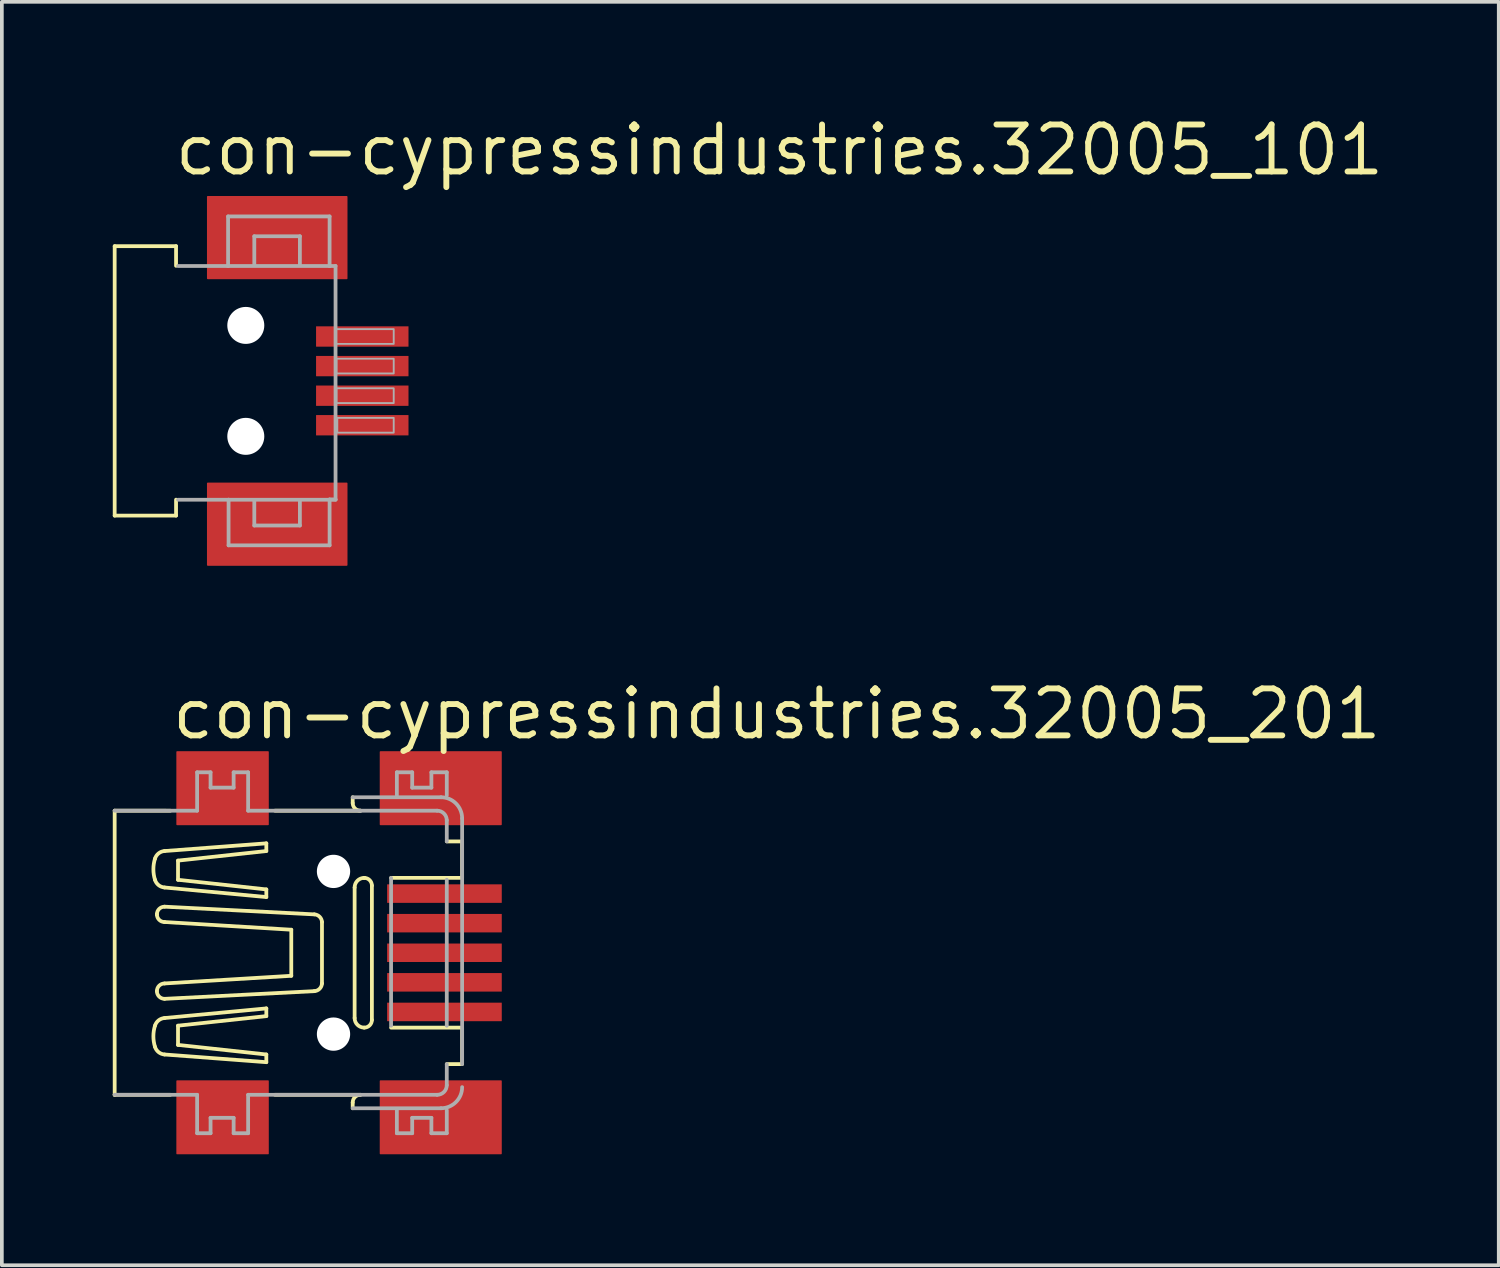
<source format=kicad_pcb>
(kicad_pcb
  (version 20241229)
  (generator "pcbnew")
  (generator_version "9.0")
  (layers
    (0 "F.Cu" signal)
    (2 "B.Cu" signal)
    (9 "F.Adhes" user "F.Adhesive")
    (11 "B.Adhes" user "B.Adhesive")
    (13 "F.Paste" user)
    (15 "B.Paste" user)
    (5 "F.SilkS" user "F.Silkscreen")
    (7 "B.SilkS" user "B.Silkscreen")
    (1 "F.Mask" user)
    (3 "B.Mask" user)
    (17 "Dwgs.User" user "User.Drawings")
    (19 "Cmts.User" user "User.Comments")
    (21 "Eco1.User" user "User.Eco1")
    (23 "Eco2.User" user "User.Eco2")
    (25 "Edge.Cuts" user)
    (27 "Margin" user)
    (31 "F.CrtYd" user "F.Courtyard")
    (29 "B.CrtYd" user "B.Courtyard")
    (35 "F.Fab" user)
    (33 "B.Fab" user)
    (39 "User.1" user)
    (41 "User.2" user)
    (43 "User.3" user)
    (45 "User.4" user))
  (footprint "con-cypressindustries.32005_101"
    (layer "F.Cu")
    (at 3.597 7.25)
    (property "Reference" "con-cypressindustries.32005_101" (at -2 -5.5 0) (layer "F.SilkS") (effects (font (size 1.27 1.27) (thickness 0.16)) (justify left bottom)))
    (attr smd)
    (fp_line (start -3.546 -3.643) (end -1.886 -3.643) (stroke (width 0.102) (type default)) (layer "F.SilkS"))
    (fp_line (start -3.546 3.643) (end -3.546 -3.643) (stroke (width 0.102) (type default)) (layer "F.SilkS"))
    (fp_line (start -1.886 -3.643) (end -1.886 -3.112) (stroke (width 0.102) (type default)) (layer "F.SilkS"))
    (fp_line (start -1.886 3.212) (end -1.886 3.643) (stroke (width 0.102) (type default)) (layer "F.SilkS"))
    (fp_line (start -1.886 3.643) (end -3.546 3.643) (stroke (width 0.102) (type default)) (layer "F.SilkS"))
    (fp_line (start -1.832 -3.107) (end -0.479 -3.107) (stroke (width 0.102) (type default)) (layer "F.Fab"))
    (fp_line (start -1.832 3.214) (end -0.466 3.214) (stroke (width 0.102) (type default)) (layer "F.Fab"))
    (fp_line (start -0.479 -4.447) (end 2.266 -4.447) (stroke (width 0.102) (type default)) (layer "F.Fab"))
    (fp_line (start -0.479 -3.107) (end -0.479 -4.447) (stroke (width 0.102) (type default)) (layer "F.Fab"))
    (fp_line (start -0.479 -3.107) (end 2.266 -3.107) (stroke (width 0.102) (type default)) (layer "F.Fab"))
    (fp_line (start -0.466 3.214) (end 2.429 3.214) (stroke (width 0.102) (type default)) (layer "F.Fab"))
    (fp_line (start -0.466 4.447) (end -0.466 3.214) (stroke (width 0.102) (type default)) (layer "F.Fab"))
    (fp_line (start 0.23 -3.911) (end 0.23 -3.134) (stroke (width 0.102) (type default)) (layer "F.Fab"))
    (fp_line (start 0.23 3.911) (end 0.23 3.234) (stroke (width 0.102) (type default)) (layer "F.Fab"))
    (fp_line (start 1.463 -3.911) (end 0.23 -3.911) (stroke (width 0.102) (type default)) (layer "F.Fab"))
    (fp_line (start 1.463 -3.134) (end 1.463 -3.911) (stroke (width 0.102) (type default)) (layer "F.Fab"))
    (fp_line (start 1.463 3.234) (end 1.463 3.911) (stroke (width 0.102) (type default)) (layer "F.Fab"))
    (fp_line (start 1.463 3.911) (end 0.23 3.911) (stroke (width 0.102) (type default)) (layer "F.Fab"))
    (fp_line (start 2.266 -4.447) (end 2.266 -3.107) (stroke (width 0.102) (type default)) (layer "F.Fab"))
    (fp_line (start 2.266 -3.107) (end 2.427 -3.107) (stroke (width 0.102) (type default)) (layer "F.Fab"))
    (fp_line (start 2.266 3.207) (end 2.266 4.447) (stroke (width 0.102) (type default)) (layer "F.Fab"))
    (fp_line (start 2.266 4.447) (end -0.466 4.447) (stroke (width 0.102) (type default)) (layer "F.Fab"))
    (fp_line (start 2.427 -3.107) (end 2.427 3.207) (stroke (width 0.102) (type default)) (layer "F.Fab"))
    (fp_line (start 2.427 3.207) (end 2.266 3.207) (stroke (width 0.102) (type default)) (layer "F.Fab"))
    (fp_rect (start 2.425 -1) (end 4 -1.4) (stroke (width 0.05) (type default)) (fill no) (layer "F.Fab"))
    (fp_rect (start 2.45 -0.2) (end 4 -0.6) (stroke (width 0.05) (type default)) (fill no) (layer "F.Fab"))
    (fp_rect (start 2.45 0.6) (end 4 0.2) (stroke (width 0.05) (type default)) (fill no) (layer "F.Fab"))
    (fp_rect (start 2.475 1.4) (end 4 1) (stroke (width 0.05) (type default)) (fill no) (layer "F.Fab"))
    (pad "" np_thru_hole circle (at 0 -1.5) (size 1 1) (drill 1) (layers "*.Cu" "*.Mask"))
    (pad "" np_thru_hole circle (at 0 1.5) (size 1 1) (drill 1) (layers "*.Cu" "*.Mask"))
    (pad "1" smd roundrect (at 3.15 -1.2 270) (size 0.55 2.5) (layers "F.Cu" "F.Mask" "F.Paste") (roundrect_rratio 0.01))
    (pad "2" smd roundrect (at 3.15 -0.4 270) (size 0.55 2.5) (layers "F.Cu" "F.Mask" "F.Paste") (roundrect_rratio 0.01))
    (pad "3" smd roundrect (at 3.15 0.4 270) (size 0.55 2.5) (layers "F.Cu" "F.Mask" "F.Paste") (roundrect_rratio 0.01))
    (pad "4" smd roundrect (at 3.15 1.2 270) (size 0.55 2.5) (layers "F.Cu" "F.Mask" "F.Paste") (roundrect_rratio 0.01))
    (pad "M1" smd roundrect (at 0.85 -3.875 270) (size 2.25 3.8) (layers "F.Cu" "F.Mask" "F.Paste") (roundrect_rratio 0.01))
    (pad "M2" smd roundrect (at 0.85 3.875 270) (size 2.25 3.8) (layers "F.Cu" "F.Mask" "F.Paste") (roundrect_rratio 0.01)))
  (footprint "con-cypressindustries.32005_201"
    (layer "F.Cu")
    (at 5.969 22.715)
    (property "Reference" "con-cypressindustries.32005_201" (at -4.445 -5.715 0) (layer "F.SilkS") (effects (font (size 1.27 1.27) (thickness 0.16)) (justify left bottom)))
    (attr smd)
    (fp_line (start -5.918 -3.842) (end -4.415 -3.841) (stroke (width 0.102) (type default)) (layer "F.SilkS"))
    (fp_line (start -5.918 3.841) (end -5.918 -3.842) (stroke (width 0.102) (type default)) (layer "F.SilkS"))
    (fp_line (start -5.918 3.841) (end -4.415 3.841) (stroke (width 0.102) (type default)) (layer "F.SilkS"))
    (fp_line (start -5.918 3.841) (end -5.918 3.841) (stroke (width 0.102) (type default)) (layer "F.SilkS"))
    (fp_line (start -4.776 -1.038) (end -4.776 -1.038) (stroke (width 0.102) (type default)) (layer "F.SilkS"))
    (fp_line (start -4.569 -1.765) (end -1.817 -1.506) (stroke (width 0.102) (type default)) (layer "F.SilkS"))
    (fp_line (start -4.569 -0.831) (end -1.142 -0.623) (stroke (width 0.102) (type default)) (layer "F.SilkS"))
    (fp_line (start -4.569 0.83) (end -1.142 0.623) (stroke (width 0.102) (type default)) (layer "F.SilkS"))
    (fp_line (start -4.569 1.765) (end -1.817 1.505) (stroke (width 0.102) (type default)) (layer "F.SilkS"))
    (fp_line (start -4.568 -1.246) (end -0.519 -1.038) (stroke (width 0.102) (type default)) (layer "F.SilkS"))
    (fp_line (start -4.568 1.246) (end -0.519 1.038) (stroke (width 0.102) (type default)) (layer "F.SilkS"))
    (fp_line (start -4.205 -2.492) (end -1.817 -2.751) (stroke (width 0.102) (type default)) (layer "F.SilkS"))
    (fp_line (start -4.205 -1.973) (end -4.205 -2.492) (stroke (width 0.102) (type default)) (layer "F.SilkS"))
    (fp_line (start -4.205 1.972) (end -4.205 2.492) (stroke (width 0.102) (type default)) (layer "F.SilkS"))
    (fp_line (start -4.205 2.492) (end -1.817 2.751) (stroke (width 0.102) (type default)) (layer "F.SilkS"))
    (fp_line (start -1.817 -2.959) (end -4.569 -2.751) (stroke (width 0.102) (type default)) (layer "F.SilkS"))
    (fp_line (start -1.817 -2.751) (end -1.817 -2.959) (stroke (width 0.102) (type default)) (layer "F.SilkS"))
    (fp_line (start -1.817 -1.713) (end -4.205 -1.973) (stroke (width 0.102) (type default)) (layer "F.SilkS"))
    (fp_line (start -1.817 -1.506) (end -1.817 -1.713) (stroke (width 0.102) (type default)) (layer "F.SilkS"))
    (fp_line (start -1.817 1.505) (end -1.817 1.713) (stroke (width 0.102) (type default)) (layer "F.SilkS"))
    (fp_line (start -1.817 1.713) (end -4.205 1.972) (stroke (width 0.102) (type default)) (layer "F.SilkS"))
    (fp_line (start -1.817 2.751) (end -1.817 2.959) (stroke (width 0.102) (type default)) (layer "F.SilkS"))
    (fp_line (start -1.817 2.959) (end -4.569 2.751) (stroke (width 0.102) (type default)) (layer "F.SilkS"))
    (fp_line (start -1.583 3.841) (end 0.727 3.841) (stroke (width 0.102) (type default)) (layer "F.SilkS"))
    (fp_line (start -1.583 -3.842) (end 0.727 -3.842) (stroke (width 0.102) (type default)) (layer "F.SilkS"))
    (fp_line (start -1.142 0.623) (end -1.142 -0.623) (stroke (width 0.102) (type default)) (layer "F.SilkS"))
    (fp_line (start -0.312 0.83) (end -0.312 -0.831) (stroke (width 0.102) (type default)) (layer "F.SilkS"))
    (fp_line (start 0.519 -4.049) (end 0.519 -4.205) (stroke (width 0.102) (type default)) (layer "F.SilkS"))
    (fp_line (start 0.519 4.049) (end 0.519 4.205) (stroke (width 0.102) (type default)) (layer "F.SilkS"))
    (fp_line (start 0.571 -1.765) (end 0.571 1.765) (stroke (width 0.102) (type default)) (layer "F.SilkS"))
    (fp_line (start 0.831 -2.025) (end 0.83 -2.025) (stroke (width 0.102) (type default)) (layer "F.SilkS"))
    (fp_line (start 1.038 1.817) (end 1.038 -1.817) (stroke (width 0.102) (type default)) (layer "F.SilkS"))
    (fp_line (start 1.557 -2.025) (end 3.426 -2.025) (stroke (width 0.102) (type default)) (layer "F.SilkS"))
    (fp_line (start 1.557 2.025) (end 3.426 2.025) (stroke (width 0.102) (type default)) (layer "F.SilkS"))
    (fp_line (start 3.063 -3.011) (end 3.426 -3.011) (stroke (width 0.102) (type default)) (layer "F.SilkS"))
    (fp_line (start 3.063 3.011) (end 3.426 3.011) (stroke (width 0.102) (type default)) (layer "F.SilkS"))
    (fp_line (start 3.478 2.025) (end 3.478 3.011) (stroke (width 0.102) (type default)) (layer "F.SilkS"))
    (fp_line (start 3.478 -3.011) (end 3.478 -2.025) (stroke (width 0.102) (type default)) (layer "F.SilkS"))
    (fp_arc (start -4.828 -2.5438) (mid -4.730297 -2.687659) (end -4.5685 -2.7514) (stroke (width 0.1016) (type default)) (layer "F.SilkS"))
    (fp_arc (start -4.828 -1.9727) (mid -4.870802 -2.25825) (end -4.828 -2.5438) (stroke (width 0.1016) (type default)) (layer "F.SilkS"))
    (fp_arc (start -4.828 1.9725) (mid -4.730297 1.828641) (end -4.5685 1.7649) (stroke (width 0.1016) (type default)) (layer "F.SilkS"))
    (fp_arc (start -4.828 2.5436) (mid -4.870802 2.25805) (end -4.828 1.9725) (stroke (width 0.1016) (type default)) (layer "F.SilkS"))
    (fp_arc (start -4.7761 -1.0383) (mid -4.715295 -1.185095) (end -4.5685 -1.2459) (stroke (width 0.1016) (type default)) (layer "F.SilkS"))
    (fp_arc (start -4.7761 1.038) (mid -4.715295 0.891205) (end -4.5685 0.8304) (stroke (width 0.1016) (type default)) (layer "F.SilkS"))
    (fp_arc (start -4.5685 -1.7651) (mid -4.730297 -1.828841) (end -4.828 -1.9727) (stroke (width 0.1016) (type default)) (layer "F.SilkS"))
    (fp_arc (start -4.5685 -0.8306) (mid -4.715295 -0.891405) (end -4.7761 -1.0382) (stroke (width 0.1016) (type default)) (layer "F.SilkS"))
    (fp_arc (start -4.5685 1.2457) (mid -4.715295 1.184895) (end -4.7761 1.0381) (stroke (width 0.1016) (type default)) (layer "F.SilkS"))
    (fp_arc (start -4.5685 2.7512) (mid -4.730297 2.687459) (end -4.828 2.5436) (stroke (width 0.1016) (type default)) (layer "F.SilkS"))
    (fp_arc (start -0.5192 -1.0383) (mid -0.375654 -0.974177) (end -0.3116 -0.8306) (stroke (width 0.1016) (type default)) (layer "F.SilkS"))
    (fp_arc (start -0.3116 0.8304) (mid -0.37568 0.973951) (end -0.5192 1.0381) (stroke (width 0.1016) (type default)) (layer "F.SilkS"))
    (fp_arc (start 0.519 4.049) (mid 0.579805 3.902205) (end 0.7266 3.8414) (stroke (width 0.1016) (type default)) (layer "F.SilkS"))
    (fp_arc (start 0.5709 -1.7651) (mid 0.646935 -1.948565) (end 0.8304 -2.0246) (stroke (width 0.1016) (type default)) (layer "F.SilkS"))
    (fp_arc (start 0.7266 -3.8416) (mid 0.579805 -3.902405) (end 0.519 -4.0492) (stroke (width 0.1016) (type default)) (layer "F.SilkS"))
    (fp_arc (start 0.8304 2.0244) (mid 0.646994 1.948306) (end 0.5709 1.7649) (stroke (width 0.1016) (type default)) (layer "F.SilkS"))
    (fp_arc (start 0.8305 -2.0246) (mid 0.977325 -1.963825) (end 1.0381 -1.817) (stroke (width 0.1016) (type default)) (layer "F.SilkS"))
    (fp_arc (start 1.0381 1.8168) (mid 0.977325 1.963625) (end 0.8305 2.0244) (stroke (width 0.1016) (type default)) (layer "F.SilkS"))
    (fp_line (start -5.918 -3.842) (end -3.688 -3.842) (stroke (width 0.102) (type default)) (layer "F.Fab"))
    (fp_line (start -5.918 3.841) (end -3.688 3.841) (stroke (width 0.102) (type default)) (layer "F.Fab"))
    (fp_line (start -3.688 -4.88) (end -3.325 -4.88) (stroke (width 0.102) (type default)) (layer "F.Fab"))
    (fp_line (start -3.688 -3.842) (end -3.688 -4.88) (stroke (width 0.102) (type default)) (layer "F.Fab"))
    (fp_line (start -3.688 3.841) (end -3.688 4.88) (stroke (width 0.102) (type default)) (layer "F.Fab"))
    (fp_line (start -3.688 4.88) (end -3.325 4.88) (stroke (width 0.102) (type default)) (layer "F.Fab"))
    (fp_line (start -3.325 -4.88) (end -3.325 -4.465) (stroke (width 0.102) (type default)) (layer "F.Fab"))
    (fp_line (start -3.325 -4.465) (end -2.701 -4.465) (stroke (width 0.102) (type default)) (layer "F.Fab"))
    (fp_line (start -3.325 4.464) (end -2.701 4.464) (stroke (width 0.102) (type default)) (layer "F.Fab"))
    (fp_line (start -3.325 4.88) (end -3.325 4.464) (stroke (width 0.102) (type default)) (layer "F.Fab"))
    (fp_line (start -2.701 -4.88) (end -2.309 -4.88) (stroke (width 0.102) (type default)) (layer "F.Fab"))
    (fp_line (start -2.701 -4.465) (end -2.701 -4.88) (stroke (width 0.102) (type default)) (layer "F.Fab"))
    (fp_line (start -2.701 4.464) (end -2.701 4.88) (stroke (width 0.102) (type default)) (layer "F.Fab"))
    (fp_line (start -2.701 4.88) (end -2.309 4.88) (stroke (width 0.102) (type default)) (layer "F.Fab"))
    (fp_line (start -2.309 -4.88) (end -2.309 -3.842) (stroke (width 0.102) (type default)) (layer "F.Fab"))
    (fp_line (start -2.309 -3.842) (end 0.727 -3.841) (stroke (width 0.102) (type default)) (layer "F.Fab"))
    (fp_line (start -2.309 3.841) (end 2.803 3.841) (stroke (width 0.102) (type default)) (layer "F.Fab"))
    (fp_line (start -2.309 4.88) (end -2.309 3.841) (stroke (width 0.102) (type default)) (layer "F.Fab"))
    (fp_line (start 0.519 -4.205) (end 2.907 -4.205) (stroke (width 0.102) (type default)) (layer "F.Fab"))
    (fp_line (start 0.519 4.205) (end 2.907 4.205) (stroke (width 0.102) (type default)) (layer "F.Fab"))
    (fp_line (start 1.557 1.972) (end 1.557 -2.025) (stroke (width 0.102) (type default)) (layer "F.Fab"))
    (fp_line (start 1.713 -4.88) (end 2.128 -4.88) (stroke (width 0.102) (type default)) (layer "F.Fab"))
    (fp_line (start 1.713 -4.257) (end 1.713 -4.88) (stroke (width 0.102) (type default)) (layer "F.Fab"))
    (fp_line (start 1.713 4.257) (end 1.713 4.88) (stroke (width 0.102) (type default)) (layer "F.Fab"))
    (fp_line (start 1.713 4.88) (end 2.128 4.88) (stroke (width 0.102) (type default)) (layer "F.Fab"))
    (fp_line (start 2.128 -4.88) (end 2.128 -4.465) (stroke (width 0.102) (type default)) (layer "F.Fab"))
    (fp_line (start 2.128 -4.465) (end 2.647 -4.465) (stroke (width 0.102) (type default)) (layer "F.Fab"))
    (fp_line (start 2.128 4.464) (end 2.647 4.464) (stroke (width 0.102) (type default)) (layer "F.Fab"))
    (fp_line (start 2.128 4.88) (end 2.128 4.464) (stroke (width 0.102) (type default)) (layer "F.Fab"))
    (fp_line (start 2.647 -4.88) (end 3.063 -4.88) (stroke (width 0.102) (type default)) (layer "F.Fab"))
    (fp_line (start 2.647 -4.465) (end 2.647 -4.88) (stroke (width 0.102) (type default)) (layer "F.Fab"))
    (fp_line (start 2.647 4.464) (end 2.647 4.88) (stroke (width 0.102) (type default)) (layer "F.Fab"))
    (fp_line (start 2.647 4.88) (end 3.063 4.88) (stroke (width 0.102) (type default)) (layer "F.Fab"))
    (fp_line (start 2.803 -3.842) (end 0.727 -3.842) (stroke (width 0.102) (type default)) (layer "F.Fab"))
    (fp_line (start 3.063 -4.88) (end 3.063 -4.257) (stroke (width 0.102) (type default)) (layer "F.Fab"))
    (fp_line (start 3.063 -3.582) (end 3.063 -3.011) (stroke (width 0.102) (type default)) (layer "F.Fab"))
    (fp_line (start 3.063 1.973) (end 3.063 -1.973) (stroke (width 0.102) (type default)) (layer "F.Fab"))
    (fp_line (start 3.063 3.582) (end 3.063 3.011) (stroke (width 0.102) (type default)) (layer "F.Fab"))
    (fp_line (start 3.063 4.88) (end 3.063 4.257) (stroke (width 0.102) (type default)) (layer "F.Fab"))
    (fp_line (start 3.478 -3.634) (end 3.478 3.011) (stroke (width 0.102) (type default)) (layer "F.Fab"))
    (fp_arc (start 2.8032 -3.8416) (mid 2.986694 -3.765594) (end 3.0627 -3.5821) (stroke (width 0.1016) (type default)) (layer "F.Fab"))
    (fp_arc (start 2.907 -4.205) (mid 3.310829 -4.037729) (end 3.4781 -3.6339) (stroke (width 0.1016) (type default)) (layer "F.Fab"))
    (fp_arc (start 3.0627 3.5819) (mid 2.986724 3.765424) (end 2.8032 3.8414) (stroke (width 0.1016) (type default)) (layer "F.Fab"))
    (fp_arc (start 3.4781 3.6337) (mid 3.310858 4.037558) (end 2.907 4.2048) (stroke (width 0.1016) (type default)) (layer "F.Fab"))
    (pad "" np_thru_hole circle (at 0 -2.2) (size 0.9 0.9) (drill 0.9) (layers "*.Cu" "*.Mask"))
    (pad "" np_thru_hole circle (at 0 2.2) (size 0.9 0.9) (drill 0.9) (layers "*.Cu" "*.Mask"))
    (pad "1" smd roundrect (at 3 -1.6) (size 3.1 0.5) (layers "F.Cu" "F.Mask" "F.Paste") (roundrect_rratio 0.01))
    (pad "2" smd roundrect (at 3 -0.8) (size 3.1 0.5) (layers "F.Cu" "F.Mask" "F.Paste") (roundrect_rratio 0.01))
    (pad "3" smd roundrect (at 3 0) (size 3.1 0.5) (layers "F.Cu" "F.Mask" "F.Paste") (roundrect_rratio 0.01))
    (pad "4" smd roundrect (at 3 0.8) (size 3.1 0.5) (layers "F.Cu" "F.Mask" "F.Paste") (roundrect_rratio 0.01))
    (pad "5" smd roundrect (at 3 1.6) (size 3.1 0.5) (layers "F.Cu" "F.Mask" "F.Paste") (roundrect_rratio 0.01))
    (pad "M1" smd roundrect (at -3 4.45) (size 2.5 2) (layers "F.Cu" "F.Mask" "F.Paste") (roundrect_rratio 0.01))
    (pad "M2" smd roundrect (at -3 -4.45) (size 2.5 2) (layers "F.Cu" "F.Mask" "F.Paste") (roundrect_rratio 0.01))
    (pad "M3" smd roundrect (at 2.9 -4.45) (size 3.3 2) (layers "F.Cu" "F.Mask" "F.Paste") (roundrect_rratio 0.01))
    (pad "M4" smd roundrect (at 2.9 4.45) (size 3.3 2) (layers "F.Cu" "F.Mask" "F.Paste") (roundrect_rratio 0.01)))
  (gr_rect
    (start -3 -3)
    (end 37.48 31.165)
    (stroke (width 0.1) (type default))
    (fill no)
    (layer "Edge.Cuts")))
</source>
